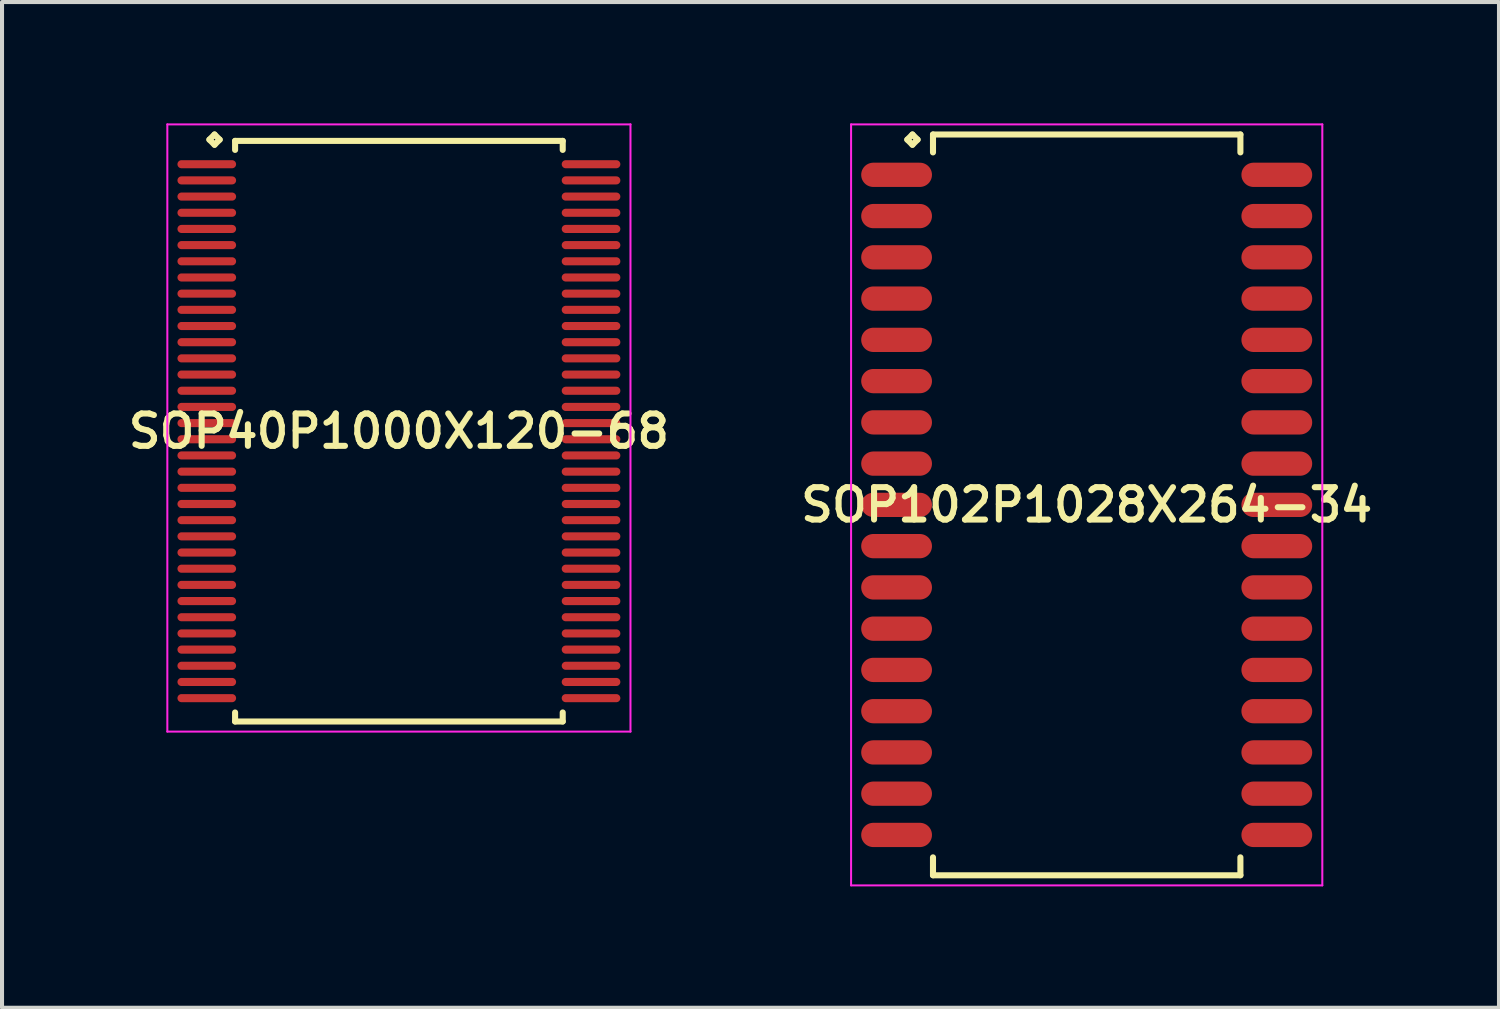
<source format=kicad_pcb>
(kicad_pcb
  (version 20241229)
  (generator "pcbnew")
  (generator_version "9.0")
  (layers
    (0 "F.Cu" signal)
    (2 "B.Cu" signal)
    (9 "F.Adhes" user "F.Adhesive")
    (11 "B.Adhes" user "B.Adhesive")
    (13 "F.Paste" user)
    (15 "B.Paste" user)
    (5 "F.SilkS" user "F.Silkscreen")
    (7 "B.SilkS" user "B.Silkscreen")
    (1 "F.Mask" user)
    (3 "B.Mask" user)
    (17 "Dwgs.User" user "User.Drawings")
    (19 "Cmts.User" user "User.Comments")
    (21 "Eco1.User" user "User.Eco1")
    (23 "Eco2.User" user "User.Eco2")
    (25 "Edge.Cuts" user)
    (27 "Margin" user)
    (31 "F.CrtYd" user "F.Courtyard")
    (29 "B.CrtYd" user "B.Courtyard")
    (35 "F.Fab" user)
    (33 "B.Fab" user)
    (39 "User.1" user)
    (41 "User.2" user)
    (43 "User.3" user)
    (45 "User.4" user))
  (footprint "SOP40P1000X120-68"
    (layer "F.Cu")
    (at 6.812 7.61)
    (property "Reference" "SOP40P1000X120-68" (at 0 0 0) (layer "F.SilkS") (effects (font (size 0.8 0.8) (thickness 0.15))))
    (attr smd)
    (fp_line (start -4.685 -7.208) (end -4.558 -7.335) (stroke (width 0.15) (type solid)) (layer "F.SilkS"))
    (fp_line (start -4.558 -7.335) (end -4.431 -7.208) (stroke (width 0.15) (type solid)) (layer "F.SilkS"))
    (fp_line (start -4.558 -7.081) (end -4.685 -7.208) (stroke (width 0.15) (type solid)) (layer "F.SilkS"))
    (fp_line (start -4.431 -7.208) (end -4.558 -7.081) (stroke (width 0.15) (type solid)) (layer "F.SilkS"))
    (fp_line (start -4.05 -7.177) (end 4.05 -7.177) (stroke (width 0.15) (type solid)) (layer "F.SilkS"))
    (fp_line (start -4.05 -6.954) (end -4.05 -7.177) (stroke (width 0.15) (type solid)) (layer "F.SilkS"))
    (fp_line (start -4.05 6.954) (end -4.05 7.177) (stroke (width 0.15) (type solid)) (layer "F.SilkS"))
    (fp_line (start -4.05 7.177) (end 4.05 7.177) (stroke (width 0.15) (type solid)) (layer "F.SilkS"))
    (fp_line (start 4.05 -7.177) (end 4.05 -6.954) (stroke (width 0.15) (type solid)) (layer "F.SilkS"))
    (fp_line (start 4.05 7.177) (end 4.05 6.954) (stroke (width 0.15) (type solid)) (layer "F.SilkS"))
    (fp_line (start -5.725 -7.585) (end 5.725 -7.585) (stroke (width 0.05) (type solid)) (layer "F.CrtYd"))
    (fp_line (start -5.725 7.427) (end -5.725 -7.585) (stroke (width 0.05) (type solid)) (layer "F.CrtYd"))
    (fp_line (start 5.725 -7.585) (end 5.725 7.427) (stroke (width 0.05) (type solid)) (layer "F.CrtYd"))
    (fp_line (start 5.725 7.427) (end -5.725 7.427) (stroke (width 0.05) (type solid)) (layer "F.CrtYd"))
    (pad "1" smd oval (at -4.75 -6.6) (size 1.45 0.2) (layers "F.Cu" "F.Mask" "F.Paste"))
    (pad "2" smd oval (at -4.75 -6.2) (size 1.45 0.2) (layers "F.Cu" "F.Mask" "F.Paste"))
    (pad "3" smd oval (at -4.75 -5.8) (size 1.45 0.2) (layers "F.Cu" "F.Mask" "F.Paste"))
    (pad "4" smd oval (at -4.75 -5.4) (size 1.45 0.2) (layers "F.Cu" "F.Mask" "F.Paste"))
    (pad "5" smd oval (at -4.75 -5) (size 1.45 0.2) (layers "F.Cu" "F.Mask" "F.Paste"))
    (pad "6" smd oval (at -4.75 -4.6) (size 1.45 0.2) (layers "F.Cu" "F.Mask" "F.Paste"))
    (pad "7" smd oval (at -4.75 -4.2) (size 1.45 0.2) (layers "F.Cu" "F.Mask" "F.Paste"))
    (pad "8" smd oval (at -4.75 -3.8) (size 1.45 0.2) (layers "F.Cu" "F.Mask" "F.Paste"))
    (pad "9" smd oval (at -4.75 -3.4) (size 1.45 0.2) (layers "F.Cu" "F.Mask" "F.Paste"))
    (pad "10" smd oval (at -4.75 -3) (size 1.45 0.2) (layers "F.Cu" "F.Mask" "F.Paste"))
    (pad "11" smd oval (at -4.75 -2.6) (size 1.45 0.2) (layers "F.Cu" "F.Mask" "F.Paste"))
    (pad "12" smd oval (at -4.75 -2.2) (size 1.45 0.2) (layers "F.Cu" "F.Mask" "F.Paste"))
    (pad "13" smd oval (at -4.75 -1.8) (size 1.45 0.2) (layers "F.Cu" "F.Mask" "F.Paste"))
    (pad "14" smd oval (at -4.75 -1.4) (size 1.45 0.2) (layers "F.Cu" "F.Mask" "F.Paste"))
    (pad "15" smd oval (at -4.75 -1) (size 1.45 0.2) (layers "F.Cu" "F.Mask" "F.Paste"))
    (pad "16" smd oval (at -4.75 -0.6) (size 1.45 0.2) (layers "F.Cu" "F.Mask" "F.Paste"))
    (pad "17" smd oval (at -4.75 -0.2) (size 1.45 0.2) (layers "F.Cu" "F.Mask" "F.Paste"))
    (pad "18" smd oval (at -4.75 0.2) (size 1.45 0.2) (layers "F.Cu" "F.Mask" "F.Paste"))
    (pad "19" smd oval (at -4.75 0.6) (size 1.45 0.2) (layers "F.Cu" "F.Mask" "F.Paste"))
    (pad "20" smd oval (at -4.75 1) (size 1.45 0.2) (layers "F.Cu" "F.Mask" "F.Paste"))
    (pad "21" smd oval (at -4.75 1.4) (size 1.45 0.2) (layers "F.Cu" "F.Mask" "F.Paste"))
    (pad "22" smd oval (at -4.75 1.8) (size 1.45 0.2) (layers "F.Cu" "F.Mask" "F.Paste"))
    (pad "23" smd oval (at -4.75 2.2) (size 1.45 0.2) (layers "F.Cu" "F.Mask" "F.Paste"))
    (pad "24" smd oval (at -4.75 2.6) (size 1.45 0.2) (layers "F.Cu" "F.Mask" "F.Paste"))
    (pad "25" smd oval (at -4.75 3) (size 1.45 0.2) (layers "F.Cu" "F.Mask" "F.Paste"))
    (pad "26" smd oval (at -4.75 3.4) (size 1.45 0.2) (layers "F.Cu" "F.Mask" "F.Paste"))
    (pad "27" smd oval (at -4.75 3.8) (size 1.45 0.2) (layers "F.Cu" "F.Mask" "F.Paste"))
    (pad "28" smd oval (at -4.75 4.2) (size 1.45 0.2) (layers "F.Cu" "F.Mask" "F.Paste"))
    (pad "29" smd oval (at -4.75 4.6) (size 1.45 0.2) (layers "F.Cu" "F.Mask" "F.Paste"))
    (pad "30" smd oval (at -4.75 5) (size 1.45 0.2) (layers "F.Cu" "F.Mask" "F.Paste"))
    (pad "31" smd oval (at -4.75 5.4) (size 1.45 0.2) (layers "F.Cu" "F.Mask" "F.Paste"))
    (pad "32" smd oval (at -4.75 5.8) (size 1.45 0.2) (layers "F.Cu" "F.Mask" "F.Paste"))
    (pad "33" smd oval (at -4.75 6.2) (size 1.45 0.2) (layers "F.Cu" "F.Mask" "F.Paste"))
    (pad "34" smd oval (at -4.75 6.6) (size 1.45 0.2) (layers "F.Cu" "F.Mask" "F.Paste"))
    (pad "35" smd oval (at 4.75 6.6) (size 1.45 0.2) (layers "F.Cu" "F.Mask" "F.Paste"))
    (pad "36" smd oval (at 4.75 6.2) (size 1.45 0.2) (layers "F.Cu" "F.Mask" "F.Paste"))
    (pad "37" smd oval (at 4.75 5.8) (size 1.45 0.2) (layers "F.Cu" "F.Mask" "F.Paste"))
    (pad "38" smd oval (at 4.75 5.4) (size 1.45 0.2) (layers "F.Cu" "F.Mask" "F.Paste"))
    (pad "39" smd oval (at 4.75 5) (size 1.45 0.2) (layers "F.Cu" "F.Mask" "F.Paste"))
    (pad "40" smd oval (at 4.75 4.6) (size 1.45 0.2) (layers "F.Cu" "F.Mask" "F.Paste"))
    (pad "41" smd oval (at 4.75 4.2) (size 1.45 0.2) (layers "F.Cu" "F.Mask" "F.Paste"))
    (pad "42" smd oval (at 4.75 3.8) (size 1.45 0.2) (layers "F.Cu" "F.Mask" "F.Paste"))
    (pad "43" smd oval (at 4.75 3.4) (size 1.45 0.2) (layers "F.Cu" "F.Mask" "F.Paste"))
    (pad "44" smd oval (at 4.75 3) (size 1.45 0.2) (layers "F.Cu" "F.Mask" "F.Paste"))
    (pad "45" smd oval (at 4.75 2.6) (size 1.45 0.2) (layers "F.Cu" "F.Mask" "F.Paste"))
    (pad "46" smd oval (at 4.75 2.2) (size 1.45 0.2) (layers "F.Cu" "F.Mask" "F.Paste"))
    (pad "47" smd oval (at 4.75 1.8) (size 1.45 0.2) (layers "F.Cu" "F.Mask" "F.Paste"))
    (pad "48" smd oval (at 4.75 1.4) (size 1.45 0.2) (layers "F.Cu" "F.Mask" "F.Paste"))
    (pad "49" smd oval (at 4.75 1) (size 1.45 0.2) (layers "F.Cu" "F.Mask" "F.Paste"))
    (pad "50" smd oval (at 4.75 0.6) (size 1.45 0.2) (layers "F.Cu" "F.Mask" "F.Paste"))
    (pad "51" smd oval (at 4.75 0.2) (size 1.45 0.2) (layers "F.Cu" "F.Mask" "F.Paste"))
    (pad "52" smd oval (at 4.75 -0.2) (size 1.45 0.2) (layers "F.Cu" "F.Mask" "F.Paste"))
    (pad "53" smd oval (at 4.75 -0.6) (size 1.45 0.2) (layers "F.Cu" "F.Mask" "F.Paste"))
    (pad "54" smd oval (at 4.75 -1) (size 1.45 0.2) (layers "F.Cu" "F.Mask" "F.Paste"))
    (pad "55" smd oval (at 4.75 -1.4) (size 1.45 0.2) (layers "F.Cu" "F.Mask" "F.Paste"))
    (pad "56" smd oval (at 4.75 -1.8) (size 1.45 0.2) (layers "F.Cu" "F.Mask" "F.Paste"))
    (pad "57" smd oval (at 4.75 -2.2) (size 1.45 0.2) (layers "F.Cu" "F.Mask" "F.Paste"))
    (pad "58" smd oval (at 4.75 -2.6) (size 1.45 0.2) (layers "F.Cu" "F.Mask" "F.Paste"))
    (pad "59" smd oval (at 4.75 -3) (size 1.45 0.2) (layers "F.Cu" "F.Mask" "F.Paste"))
    (pad "60" smd oval (at 4.75 -3.4) (size 1.45 0.2) (layers "F.Cu" "F.Mask" "F.Paste"))
    (pad "61" smd oval (at 4.75 -3.8) (size 1.45 0.2) (layers "F.Cu" "F.Mask" "F.Paste"))
    (pad "62" smd oval (at 4.75 -4.2) (size 1.45 0.2) (layers "F.Cu" "F.Mask" "F.Paste"))
    (pad "63" smd oval (at 4.75 -4.6) (size 1.45 0.2) (layers "F.Cu" "F.Mask" "F.Paste"))
    (pad "64" smd oval (at 4.75 -5) (size 1.45 0.2) (layers "F.Cu" "F.Mask" "F.Paste"))
    (pad "65" smd oval (at 4.75 -5.4) (size 1.45 0.2) (layers "F.Cu" "F.Mask" "F.Paste"))
    (pad "66" smd oval (at 4.75 -5.8) (size 1.45 0.2) (layers "F.Cu" "F.Mask" "F.Paste"))
    (pad "67" smd oval (at 4.75 -6.2) (size 1.45 0.2) (layers "F.Cu" "F.Mask" "F.Paste"))
    (pad "68" smd oval (at 4.75 -6.6) (size 1.45 0.2) (layers "F.Cu" "F.Mask" "F.Paste")))
  (footprint "SOP102P1028X264-34"
    (layer "F.Cu")
    (at 23.816 9.432)
    (property "Reference" "SOP102P1028X264-34" (at 0 0 0) (layer "F.SilkS") (effects (font (size 0.8 0.8) (thickness 0.15))))
    (attr smd)
    (fp_line (start -4.435 -9.03) (end -4.308 -9.157) (stroke (width 0.15) (type solid)) (layer "F.SilkS"))
    (fp_line (start -4.308 -9.157) (end -4.181 -9.03) (stroke (width 0.15) (type solid)) (layer "F.SilkS"))
    (fp_line (start -4.308 -8.903) (end -4.435 -9.03) (stroke (width 0.15) (type solid)) (layer "F.SilkS"))
    (fp_line (start -4.181 -9.03) (end -4.308 -8.903) (stroke (width 0.15) (type solid)) (layer "F.SilkS"))
    (fp_line (start -3.8 -9.157) (end 3.8 -9.157) (stroke (width 0.15) (type solid)) (layer "F.SilkS"))
    (fp_line (start -3.8 -8.714) (end -3.8 -9.157) (stroke (width 0.15) (type solid)) (layer "F.SilkS"))
    (fp_line (start -3.8 8.714) (end -3.8 9.157) (stroke (width 0.15) (type solid)) (layer "F.SilkS"))
    (fp_line (start -3.8 9.157) (end 3.8 9.157) (stroke (width 0.15) (type solid)) (layer "F.SilkS"))
    (fp_line (start 3.8 -9.157) (end 3.8 -8.714) (stroke (width 0.15) (type solid)) (layer "F.SilkS"))
    (fp_line (start 3.8 9.157) (end 3.8 8.714) (stroke (width 0.15) (type solid)) (layer "F.SilkS"))
    (fp_line (start -5.825 -9.407) (end 5.825 -9.407) (stroke (width 0.05) (type solid)) (layer "F.CrtYd"))
    (fp_line (start -5.825 9.407) (end -5.825 -9.407) (stroke (width 0.05) (type solid)) (layer "F.CrtYd"))
    (fp_line (start 5.825 -9.407) (end 5.825 9.407) (stroke (width 0.05) (type solid)) (layer "F.CrtYd"))
    (fp_line (start 5.825 9.407) (end -5.825 9.407) (stroke (width 0.05) (type solid)) (layer "F.CrtYd"))
    (pad "1" smd oval (at -4.7 -8.16) (size 1.75 0.6) (layers "F.Cu" "F.Mask" "F.Paste"))
    (pad "2" smd oval (at -4.7 -7.14) (size 1.75 0.6) (layers "F.Cu" "F.Mask" "F.Paste"))
    (pad "3" smd oval (at -4.7 -6.12) (size 1.75 0.6) (layers "F.Cu" "F.Mask" "F.Paste"))
    (pad "4" smd oval (at -4.7 -5.1) (size 1.75 0.6) (layers "F.Cu" "F.Mask" "F.Paste"))
    (pad "5" smd oval (at -4.7 -4.08) (size 1.75 0.6) (layers "F.Cu" "F.Mask" "F.Paste"))
    (pad "6" smd oval (at -4.7 -3.06) (size 1.75 0.6) (layers "F.Cu" "F.Mask" "F.Paste"))
    (pad "7" smd oval (at -4.7 -2.04) (size 1.75 0.6) (layers "F.Cu" "F.Mask" "F.Paste"))
    (pad "8" smd oval (at -4.7 -1.02) (size 1.75 0.6) (layers "F.Cu" "F.Mask" "F.Paste"))
    (pad "9" smd oval (at -4.7 0) (size 1.75 0.6) (layers "F.Cu" "F.Mask" "F.Paste"))
    (pad "10" smd oval (at -4.7 1.02) (size 1.75 0.6) (layers "F.Cu" "F.Mask" "F.Paste"))
    (pad "11" smd oval (at -4.7 2.04) (size 1.75 0.6) (layers "F.Cu" "F.Mask" "F.Paste"))
    (pad "12" smd oval (at -4.7 3.06) (size 1.75 0.6) (layers "F.Cu" "F.Mask" "F.Paste"))
    (pad "13" smd oval (at -4.7 4.08) (size 1.75 0.6) (layers "F.Cu" "F.Mask" "F.Paste"))
    (pad "14" smd oval (at -4.7 5.1) (size 1.75 0.6) (layers "F.Cu" "F.Mask" "F.Paste"))
    (pad "15" smd oval (at -4.7 6.12) (size 1.75 0.6) (layers "F.Cu" "F.Mask" "F.Paste"))
    (pad "16" smd oval (at -4.7 7.14) (size 1.75 0.6) (layers "F.Cu" "F.Mask" "F.Paste"))
    (pad "17" smd oval (at -4.7 8.16) (size 1.75 0.6) (layers "F.Cu" "F.Mask" "F.Paste"))
    (pad "18" smd oval (at 4.7 8.16) (size 1.75 0.6) (layers "F.Cu" "F.Mask" "F.Paste"))
    (pad "19" smd oval (at 4.7 7.14) (size 1.75 0.6) (layers "F.Cu" "F.Mask" "F.Paste"))
    (pad "20" smd oval (at 4.7 6.12) (size 1.75 0.6) (layers "F.Cu" "F.Mask" "F.Paste"))
    (pad "21" smd oval (at 4.7 5.1) (size 1.75 0.6) (layers "F.Cu" "F.Mask" "F.Paste"))
    (pad "22" smd oval (at 4.7 4.08) (size 1.75 0.6) (layers "F.Cu" "F.Mask" "F.Paste"))
    (pad "23" smd oval (at 4.7 3.06) (size 1.75 0.6) (layers "F.Cu" "F.Mask" "F.Paste"))
    (pad "24" smd oval (at 4.7 2.04) (size 1.75 0.6) (layers "F.Cu" "F.Mask" "F.Paste"))
    (pad "25" smd oval (at 4.7 1.02) (size 1.75 0.6) (layers "F.Cu" "F.Mask" "F.Paste"))
    (pad "26" smd oval (at 4.7 0) (size 1.75 0.6) (layers "F.Cu" "F.Mask" "F.Paste"))
    (pad "27" smd oval (at 4.7 -1.02) (size 1.75 0.6) (layers "F.Cu" "F.Mask" "F.Paste"))
    (pad "28" smd oval (at 4.7 -2.04) (size 1.75 0.6) (layers "F.Cu" "F.Mask" "F.Paste"))
    (pad "29" smd oval (at 4.7 -3.06) (size 1.75 0.6) (layers "F.Cu" "F.Mask" "F.Paste"))
    (pad "30" smd oval (at 4.7 -4.08) (size 1.75 0.6) (layers "F.Cu" "F.Mask" "F.Paste"))
    (pad "31" smd oval (at 4.7 -5.1) (size 1.75 0.6) (layers "F.Cu" "F.Mask" "F.Paste"))
    (pad "32" smd oval (at 4.7 -6.12) (size 1.75 0.6) (layers "F.Cu" "F.Mask" "F.Paste"))
    (pad "33" smd oval (at 4.7 -7.14) (size 1.75 0.6) (layers "F.Cu" "F.Mask" "F.Paste"))
    (pad "34" smd oval (at 4.7 -8.16) (size 1.75 0.6) (layers "F.Cu" "F.Mask" "F.Paste")))
  (gr_rect
    (start -3 -3)
    (end 34.009 21.864)
    (stroke (width 0.1) (type default))
    (fill no)
    (layer "Edge.Cuts")))
</source>
